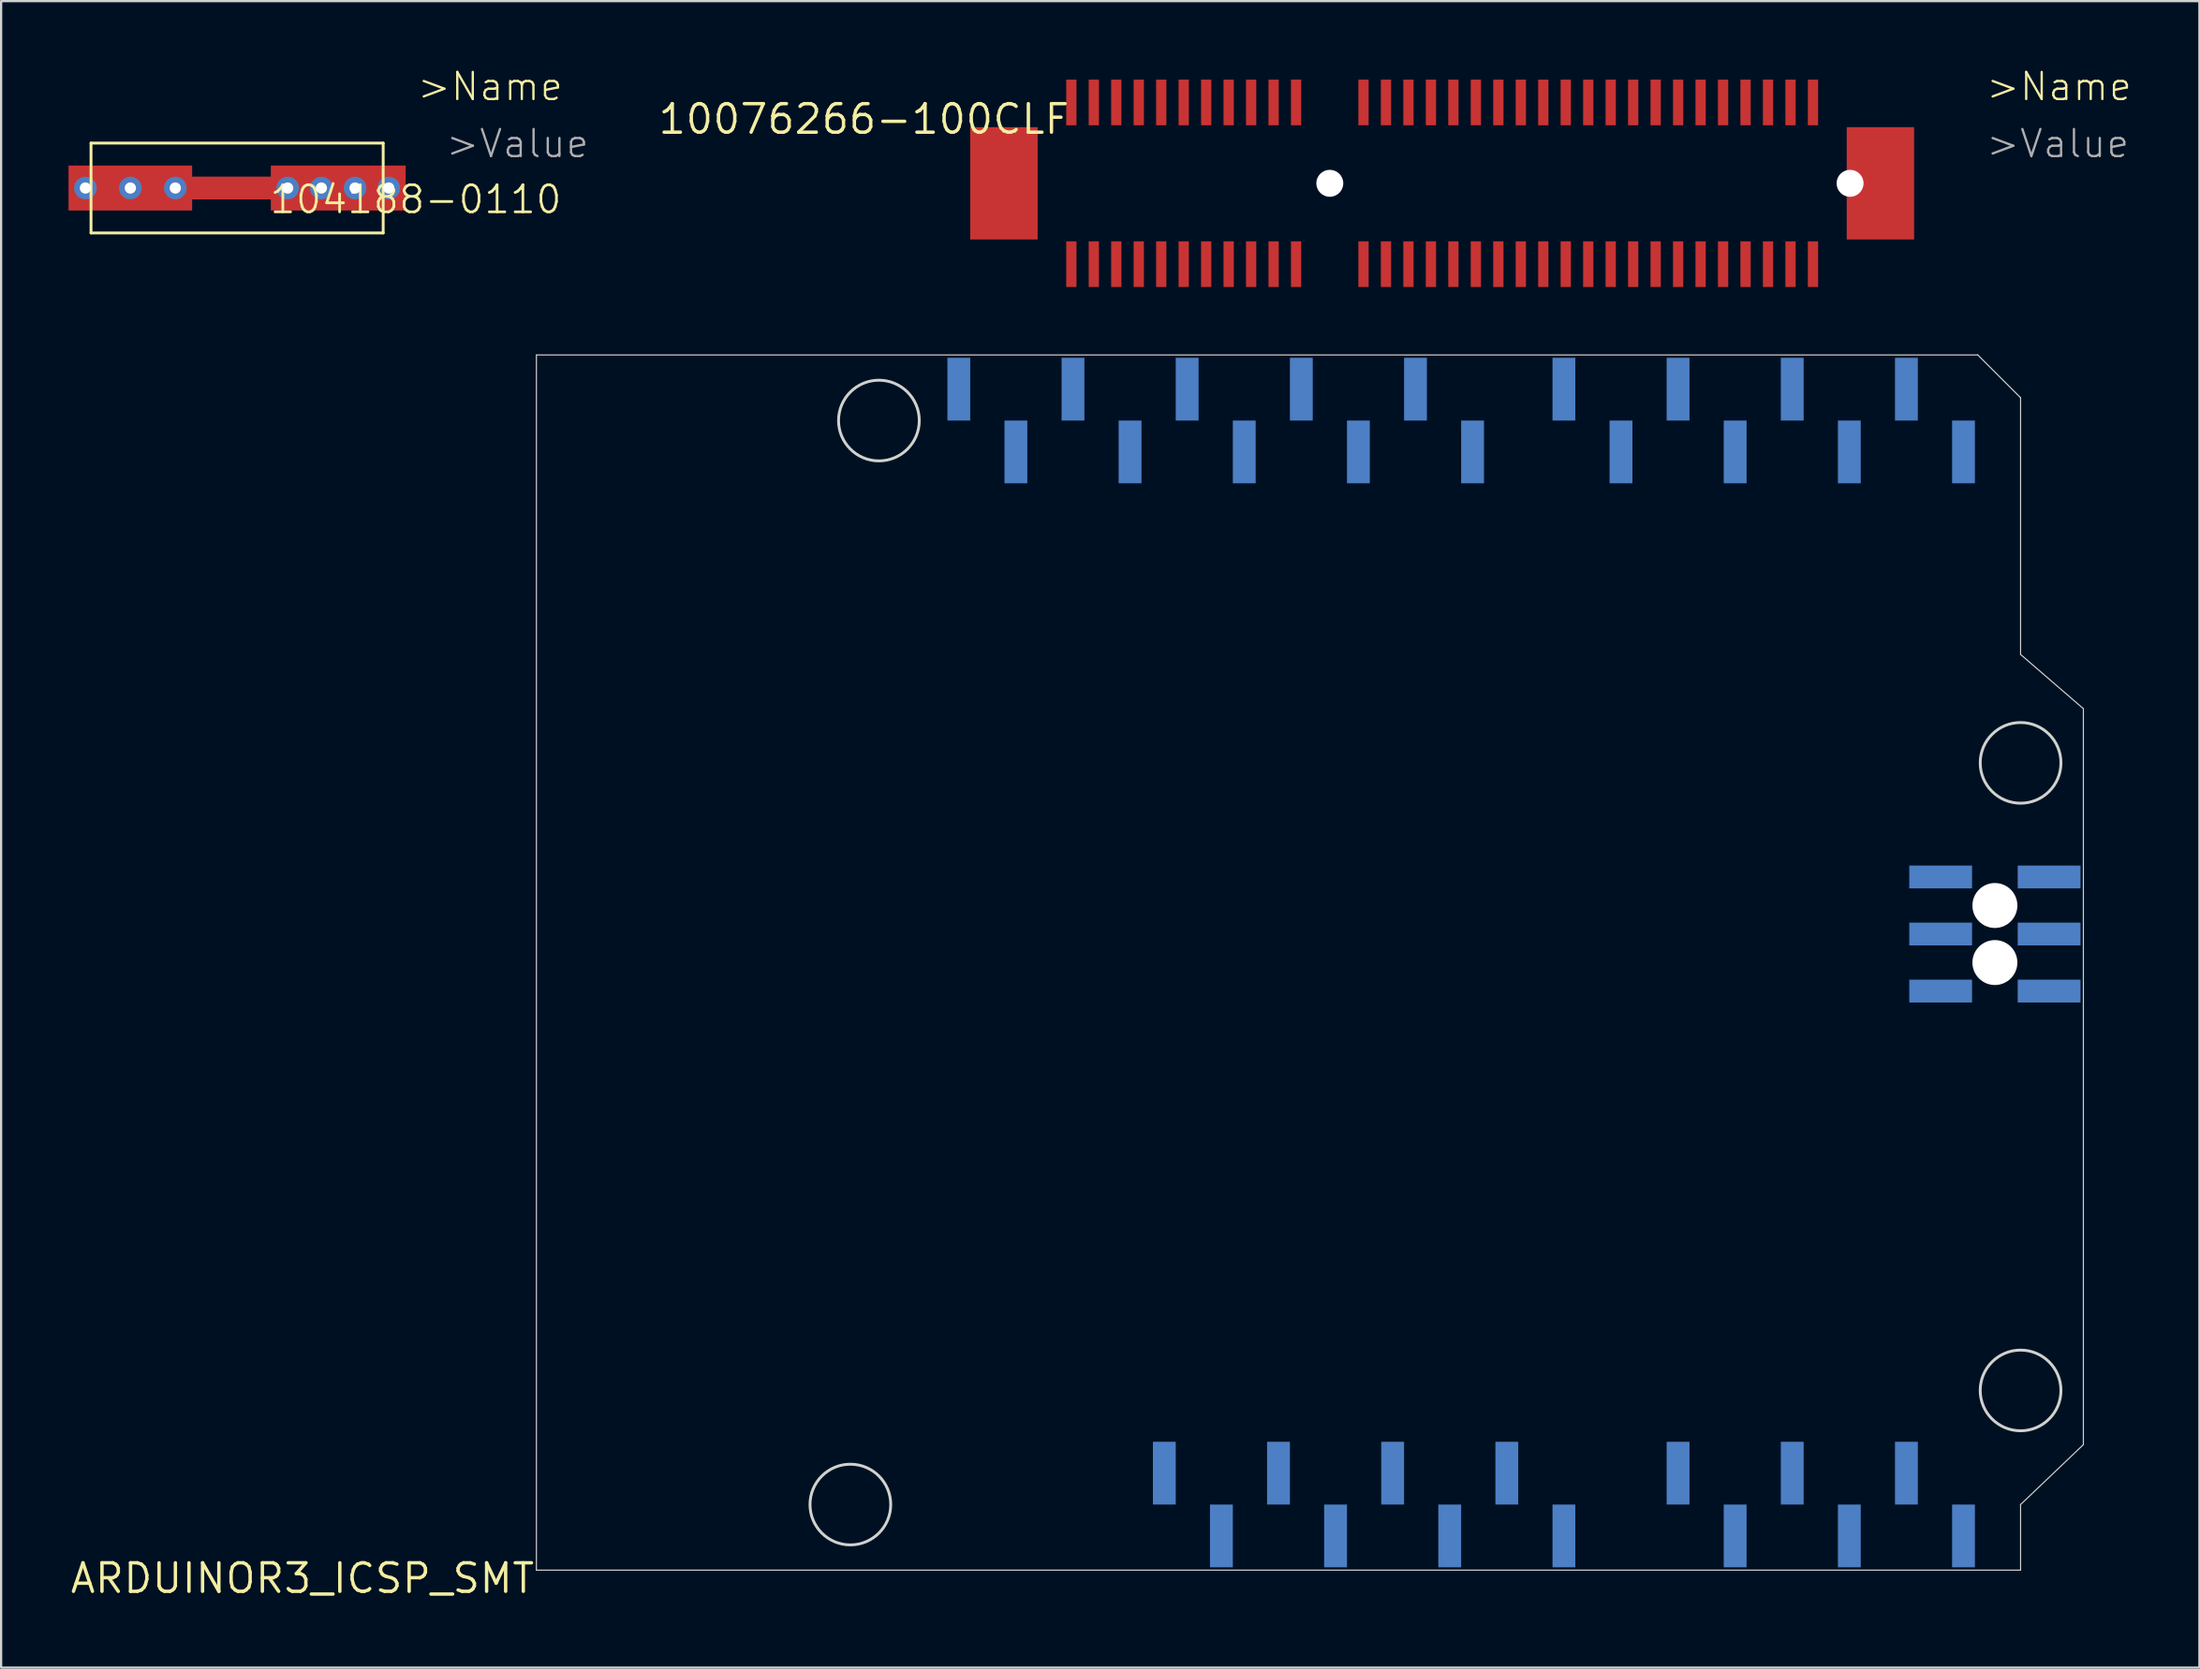
<source format=kicad_pcb>
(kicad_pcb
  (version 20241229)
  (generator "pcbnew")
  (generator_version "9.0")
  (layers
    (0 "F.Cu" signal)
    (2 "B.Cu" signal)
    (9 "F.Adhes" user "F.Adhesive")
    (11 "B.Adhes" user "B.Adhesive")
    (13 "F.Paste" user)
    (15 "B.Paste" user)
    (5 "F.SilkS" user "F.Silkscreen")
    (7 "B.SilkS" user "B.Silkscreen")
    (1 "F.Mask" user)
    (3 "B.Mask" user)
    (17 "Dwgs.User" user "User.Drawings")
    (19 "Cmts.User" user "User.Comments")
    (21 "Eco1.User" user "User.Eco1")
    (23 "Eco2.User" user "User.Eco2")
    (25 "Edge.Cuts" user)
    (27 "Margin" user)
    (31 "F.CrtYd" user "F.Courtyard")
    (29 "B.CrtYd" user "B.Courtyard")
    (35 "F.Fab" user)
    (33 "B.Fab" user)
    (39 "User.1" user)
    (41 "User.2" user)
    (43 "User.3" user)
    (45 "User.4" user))
  (footprint "10076266-100CLF"
    (layer "F.Cu")
    (at 44.621 1.511)
    (property "Reference" "10076266-100CLF" (at 0 0 0) (layer "F.SilkS") (effects (font (size 1.27 1.27) (thickness 0.15)) (justify right top)))
    (attr through_hole)
    (fp_text user ">Name" (at 40.64 0 0) (layer "F.SilkS") (effects (font (size 1.206 1.206) (thickness 0.102)) (justify left bottom)))
    (fp_text user ">Value" (at 40.64 2.54 0) (layer "F.Fab") (effects (font (size 1.206 1.206) (thickness 0.102)) (justify left bottom)))
    (pad "" np_thru_hole circle (at 11.5 3.6) (size 1.2 1.2) (drill 1.2) (layers "*.Cu" "*.Mask"))
    (pad "" np_thru_hole circle (at 34.65 3.6) (size 1.2 1.2) (drill 1.2) (layers "*.Cu" "*.Mask"))
    (pad "P$1" smd rect (at 0 0 90) (size 2.032 0.457) (layers "F.Cu" "F.Mask" "F.Paste"))
    (pad "P$2" smd rect (at 1 0 90) (size 2.032 0.457) (layers "F.Cu" "F.Mask" "F.Paste"))
    (pad "P$3" smd rect (at 2 0 90) (size 2.032 0.457) (layers "F.Cu" "F.Mask" "F.Paste"))
    (pad "P$4" smd rect (at 3 0 90) (size 2.032 0.457) (layers "F.Cu" "F.Mask" "F.Paste"))
    (pad "P$5" smd rect (at 4 0 90) (size 2.032 0.457) (layers "F.Cu" "F.Mask" "F.Paste"))
    (pad "P$6" smd rect (at 5 0 90) (size 2.032 0.457) (layers "F.Cu" "F.Mask" "F.Paste"))
    (pad "P$7" smd rect (at 6 0 90) (size 2.032 0.457) (layers "F.Cu" "F.Mask" "F.Paste"))
    (pad "P$8" smd rect (at 7 0 90) (size 2.032 0.457) (layers "F.Cu" "F.Mask" "F.Paste"))
    (pad "P$9" smd rect (at 8 0 90) (size 2.032 0.457) (layers "F.Cu" "F.Mask" "F.Paste"))
    (pad "P$10" smd rect (at 9 0 90) (size 2.032 0.457) (layers "F.Cu" "F.Mask" "F.Paste"))
    (pad "P$11" smd rect (at 10 0 90) (size 2.032 0.457) (layers "F.Cu" "F.Mask" "F.Paste"))
    (pad "P$12" smd rect (at 13 0 90) (size 2.032 0.457) (layers "F.Cu" "F.Mask" "F.Paste"))
    (pad "P$13" smd rect (at 14 0 90) (size 2.032 0.457) (layers "F.Cu" "F.Mask" "F.Paste"))
    (pad "P$14" smd rect (at 15 0 90) (size 2.032 0.457) (layers "F.Cu" "F.Mask" "F.Paste"))
    (pad "P$15" smd rect (at 16 0 90) (size 2.032 0.457) (layers "F.Cu" "F.Mask" "F.Paste"))
    (pad "P$16" smd rect (at 17 0 90) (size 2.032 0.457) (layers "F.Cu" "F.Mask" "F.Paste"))
    (pad "P$17" smd rect (at 18 0 90) (size 2.032 0.457) (layers "F.Cu" "F.Mask" "F.Paste"))
    (pad "P$18" smd rect (at 19 0 90) (size 2.032 0.457) (layers "F.Cu" "F.Mask" "F.Paste"))
    (pad "P$19" smd rect (at 20 0 90) (size 2.032 0.457) (layers "F.Cu" "F.Mask" "F.Paste"))
    (pad "P$20" smd rect (at 21 0 90) (size 2.032 0.457) (layers "F.Cu" "F.Mask" "F.Paste"))
    (pad "P$21" smd rect (at 22 0 90) (size 2.032 0.457) (layers "F.Cu" "F.Mask" "F.Paste"))
    (pad "P$22" smd rect (at 23 0 90) (size 2.032 0.457) (layers "F.Cu" "F.Mask" "F.Paste"))
    (pad "P$23" smd rect (at 24 0 90) (size 2.032 0.457) (layers "F.Cu" "F.Mask" "F.Paste"))
    (pad "P$24" smd rect (at 25 0 90) (size 2.032 0.457) (layers "F.Cu" "F.Mask" "F.Paste"))
    (pad "P$25" smd rect (at 26 0 90) (size 2.032 0.457) (layers "F.Cu" "F.Mask" "F.Paste"))
    (pad "P$26" smd rect (at 27 0 90) (size 2.032 0.457) (layers "F.Cu" "F.Mask" "F.Paste"))
    (pad "P$27" smd rect (at 28 0 90) (size 2.032 0.457) (layers "F.Cu" "F.Mask" "F.Paste"))
    (pad "P$28" smd rect (at 29 0 90) (size 2.032 0.457) (layers "F.Cu" "F.Mask" "F.Paste"))
    (pad "P$29" smd rect (at 30 0 90) (size 2.032 0.457) (layers "F.Cu" "F.Mask" "F.Paste"))
    (pad "P$30" smd rect (at 31 0 90) (size 2.032 0.457) (layers "F.Cu" "F.Mask" "F.Paste"))
    (pad "P$31" smd rect (at 32 0 90) (size 2.032 0.457) (layers "F.Cu" "F.Mask" "F.Paste"))
    (pad "P$32" smd rect (at 33 0 90) (size 2.032 0.457) (layers "F.Cu" "F.Mask" "F.Paste"))
    (pad "P$33" smd rect (at 0 7.2 90) (size 2.032 0.457) (layers "F.Cu" "F.Mask" "F.Paste"))
    (pad "P$34" smd rect (at 1 7.2 90) (size 2.032 0.457) (layers "F.Cu" "F.Mask" "F.Paste"))
    (pad "P$35" smd rect (at 2 7.2 90) (size 2.032 0.457) (layers "F.Cu" "F.Mask" "F.Paste"))
    (pad "P$36" smd rect (at 3 7.2 90) (size 2.032 0.457) (layers "F.Cu" "F.Mask" "F.Paste"))
    (pad "P$37" smd rect (at 4 7.2 90) (size 2.032 0.457) (layers "F.Cu" "F.Mask" "F.Paste"))
    (pad "P$38" smd rect (at 5 7.2 90) (size 2.032 0.457) (layers "F.Cu" "F.Mask" "F.Paste"))
    (pad "P$39" smd rect (at 6 7.2 90) (size 2.032 0.457) (layers "F.Cu" "F.Mask" "F.Paste"))
    (pad "P$40" smd rect (at 7 7.2 90) (size 2.032 0.457) (layers "F.Cu" "F.Mask" "F.Paste"))
    (pad "P$41" smd rect (at 8 7.2 90) (size 2.032 0.457) (layers "F.Cu" "F.Mask" "F.Paste"))
    (pad "P$42" smd rect (at 9 7.2 90) (size 2.032 0.457) (layers "F.Cu" "F.Mask" "F.Paste"))
    (pad "P$43" smd rect (at 10 7.2 90) (size 2.032 0.457) (layers "F.Cu" "F.Mask" "F.Paste"))
    (pad "P$44" smd rect (at 13 7.2 90) (size 2.032 0.457) (layers "F.Cu" "F.Mask" "F.Paste"))
    (pad "P$45" smd rect (at 14 7.2 90) (size 2.032 0.457) (layers "F.Cu" "F.Mask" "F.Paste"))
    (pad "P$46" smd rect (at 15 7.2 90) (size 2.032 0.457) (layers "F.Cu" "F.Mask" "F.Paste"))
    (pad "P$47" smd rect (at 16 7.2 90) (size 2.032 0.457) (layers "F.Cu" "F.Mask" "F.Paste"))
    (pad "P$48" smd rect (at 17 7.2 90) (size 2.032 0.457) (layers "F.Cu" "F.Mask" "F.Paste"))
    (pad "P$49" smd rect (at 18 7.2 90) (size 2.032 0.457) (layers "F.Cu" "F.Mask" "F.Paste"))
    (pad "P$50" smd rect (at 19 7.2 90) (size 2.032 0.457) (layers "F.Cu" "F.Mask" "F.Paste"))
    (pad "P$51" smd rect (at 20 7.2 90) (size 2.032 0.457) (layers "F.Cu" "F.Mask" "F.Paste"))
    (pad "P$52" smd rect (at 21 7.2 90) (size 2.032 0.457) (layers "F.Cu" "F.Mask" "F.Paste"))
    (pad "P$53" smd rect (at 22 7.2 90) (size 2.032 0.457) (layers "F.Cu" "F.Mask" "F.Paste"))
    (pad "P$54" smd rect (at 23 7.2 90) (size 2.032 0.457) (layers "F.Cu" "F.Mask" "F.Paste"))
    (pad "P$55" smd rect (at 24 7.2 90) (size 2.032 0.457) (layers "F.Cu" "F.Mask" "F.Paste"))
    (pad "P$56" smd rect (at 25 7.2 90) (size 2.032 0.457) (layers "F.Cu" "F.Mask" "F.Paste"))
    (pad "P$57" smd rect (at 26 7.2 90) (size 2.032 0.457) (layers "F.Cu" "F.Mask" "F.Paste"))
    (pad "P$58" smd rect (at 27 7.2 90) (size 2.032 0.457) (layers "F.Cu" "F.Mask" "F.Paste"))
    (pad "P$59" smd rect (at 28 7.2 90) (size 2.032 0.457) (layers "F.Cu" "F.Mask" "F.Paste"))
    (pad "P$60" smd rect (at 29 7.2 90) (size 2.032 0.457) (layers "F.Cu" "F.Mask" "F.Paste"))
    (pad "P$61" smd rect (at 30 7.2 90) (size 2.032 0.457) (layers "F.Cu" "F.Mask" "F.Paste"))
    (pad "P$62" smd rect (at 31 7.2 90) (size 2.032 0.457) (layers "F.Cu" "F.Mask" "F.Paste"))
    (pad "P$63" smd rect (at 32 7.2 90) (size 2.032 0.457) (layers "F.Cu" "F.Mask" "F.Paste"))
    (pad "P$64" smd rect (at 33 7.2 90) (size 2.032 0.457) (layers "F.Cu" "F.Mask" "F.Paste"))
    (pad "SOLDER-NAIL@1" smd rect (at -3 3.6) (size 3 5) (layers "F.Cu" "F.Mask" "F.Paste"))
    (pad "SOLDER-NAIL@2" smd rect (at 36 3.6) (size 3 5) (layers "F.Cu" "F.Mask" "F.Paste")))
  (footprint "104188-0110"
    (layer "F.Cu")
    (at 2.75 5.321)
    (property "Reference" "104188-0110" (at 12.7 0.508 180) (layer "F.SilkS") (effects (font (size 1.206 1.206) (thickness 0.121))))
    (attr through_hole)
    (fp_line (start 0 0) (end 9.5 0) (stroke (width 1.016) (type solid)) (layer "F.Cu"))
    (fp_line (start -1.75 -2) (end 11.25 -2) (stroke (width 0.127) (type solid)) (layer "F.SilkS"))
    (fp_line (start -1.75 2) (end -1.75 -2) (stroke (width 0.127) (type solid)) (layer "F.SilkS"))
    (fp_line (start 11.25 -2) (end 11.25 2) (stroke (width 0.127) (type solid)) (layer "F.SilkS"))
    (fp_line (start 11.25 2) (end -1.75 2) (stroke (width 0.127) (type solid)) (layer "F.SilkS"))
    (fp_text user ">Name" (at 12.7 -3.81 0) (layer "F.SilkS") (effects (font (size 1.206 1.206) (thickness 0.102)) (justify left bottom)))
    (fp_text user ">Value" (at 13.97 -1.27 0) (layer "F.Fab") (effects (font (size 1.206 1.206) (thickness 0.102)) (justify left bottom)))
    (pad "1@1" smd rect (at 0 0) (size 5.5 2) (layers "F.Cu" "F.Mask" "F.Paste"))
    (pad "1@2" smd rect (at 9.25 0) (size 6 2) (layers "F.Cu" "F.Mask" "F.Paste"))
    (pad "1@3" thru_hole circle (at -2 0) (size 1.008 1.008) (drill 0.5) (layers "*.Cu" "*.Mask"))
    (pad "1@4" thru_hole circle (at 0 0) (size 1.008 1.008) (drill 0.5) (layers "*.Cu" "*.Mask"))
    (pad "1@5" thru_hole circle (at 2 0) (size 1.008 1.008) (drill 0.5) (layers "*.Cu" "*.Mask"))
    (pad "1@6" thru_hole circle (at 7 0) (size 1.008 1.008) (drill 0.5) (layers "*.Cu" "*.Mask"))
    (pad "1@7" thru_hole circle (at 8.5 0) (size 1.008 1.008) (drill 0.5) (layers "*.Cu" "*.Mask"))
    (pad "1@9" thru_hole circle (at 10 0) (size 1.008 1.008) (drill 0.5) (layers "*.Cu" "*.Mask"))
    (pad "1@10" thru_hole circle (at 11.5 0) (size 1.008 1.008) (drill 0.5) (layers "*.Cu" "*.Mask")))
  (footprint "ARDUINOR3_ICSP_SMT"
    (layer "F.Cu")
    (at 20.818 66.473)
    (property "Reference" "ARDUINOR3_ICSP_SMT" (at 0 0 0) (layer "F.SilkS") (effects (font (size 1.27 1.27) (thickness 0.15)) (justify right top)))
    (attr through_hole)
    (fp_line (start 0 -53.721) (end 0 0.381) (stroke (width 0.05) (type solid)) (layer "Edge.Cuts"))
    (fp_line (start 0 0.381) (end 66.04 0.381) (stroke (width 0.05) (type solid)) (layer "Edge.Cuts"))
    (fp_line (start 64.135 -53.721) (end 0 -53.721) (stroke (width 0.05) (type solid)) (layer "Edge.Cuts"))
    (fp_line (start 66.04 -51.816) (end 64.135 -53.721) (stroke (width 0.05) (type solid)) (layer "Edge.Cuts"))
    (fp_line (start 66.04 -40.386) (end 66.04 -51.816) (stroke (width 0.05) (type solid)) (layer "Edge.Cuts"))
    (fp_line (start 66.04 -2.54) (end 68.834 -5.207) (stroke (width 0.05) (type solid)) (layer "Edge.Cuts"))
    (fp_line (start 66.04 0.381) (end 66.04 -2.54) (stroke (width 0.05) (type solid)) (layer "Edge.Cuts"))
    (fp_line (start 68.834 -37.973) (end 66.04 -40.386) (stroke (width 0.05) (type solid)) (layer "Edge.Cuts"))
    (fp_line (start 68.834 -5.207) (end 68.834 -37.973) (stroke (width 0.05) (type solid)) (layer "Edge.Cuts"))
    (fp_circle (center 13.97 -2.54) (end 15.766 -2.54) (stroke (width 0.127) (type solid)) (fill no) (layer "Edge.Cuts"))
    (fp_circle (center 15.24 -50.8) (end 17.036 -50.8) (stroke (width 0.127) (type solid)) (fill no) (layer "Edge.Cuts"))
    (fp_circle (center 66.04 -35.56) (end 67.836 -35.56) (stroke (width 0.127) (type solid)) (fill no) (layer "Edge.Cuts"))
    (fp_circle (center 66.04 -7.62) (end 67.836 -7.62) (stroke (width 0.127) (type solid)) (fill no) (layer "Edge.Cuts"))
    (pad "" np_thru_hole circle (at 64.897 -29.21) (size 2 2) (drill 2) (layers "*.Cu" "*.Mask"))
    (pad "" np_thru_hole circle (at 64.897 -26.67) (size 2 2) (drill 2) (layers "*.Cu" "*.Mask"))
    (pad "3V" smd rect (at 35.56 -1.143 90) (size 2.794 1.016) (layers "B.Cu" "B.Mask" "B.Paste"))
    (pad "5V" smd rect (at 38.1 -3.937 90) (size 2.794 1.016) (layers "B.Cu" "B.Mask" "B.Paste"))
    (pad "5V_ICSP" smd rect (at 67.31 -30.48 180) (size 2.794 1.016) (layers "B.Cu" "B.Mask" "B.Paste"))
    (pad "A0" smd rect (at 50.8 -3.937 90) (size 2.794 1.016) (layers "B.Cu" "B.Mask" "B.Paste"))
    (pad "A1" smd rect (at 53.34 -1.143 90) (size 2.794 1.016) (layers "B.Cu" "B.Mask" "B.Paste"))
    (pad "A2" smd rect (at 55.88 -3.937 90) (size 2.794 1.016) (layers "B.Cu" "B.Mask" "B.Paste"))
    (pad "A3" smd rect (at 58.42 -1.143 90) (size 2.794 1.016) (layers "B.Cu" "B.Mask" "B.Paste"))
    (pad "A4" smd rect (at 60.96 -3.937 90) (size 2.794 1.016) (layers "B.Cu" "B.Mask" "B.Paste"))
    (pad "A5" smd rect (at 63.5 -1.143 90) (size 2.794 1.016) (layers "B.Cu" "B.Mask" "B.Paste"))
    (pad "AREF" smd rect (at 23.876 -52.197 90) (size 2.794 1.016) (layers "B.Cu" "B.Mask" "B.Paste"))
    (pad "D0" smd rect (at 63.5 -49.403 270) (size 2.794 1.016) (layers "B.Cu" "B.Mask" "B.Paste"))
    (pad "D1" smd rect (at 60.96 -52.197 270) (size 2.794 1.016) (layers "B.Cu" "B.Mask" "B.Paste"))
    (pad "D2" smd rect (at 58.42 -49.403 270) (size 2.794 1.016) (layers "B.Cu" "B.Mask" "B.Paste"))
    (pad "D3" smd rect (at 55.88 -52.197 270) (size 2.794 1.016) (layers "B.Cu" "B.Mask" "B.Paste"))
    (pad "D4" smd rect (at 53.34 -49.403 270) (size 2.794 1.016) (layers "B.Cu" "B.Mask" "B.Paste"))
    (pad "D5" smd rect (at 50.8 -52.197 270) (size 2.794 1.016) (layers "B.Cu" "B.Mask" "B.Paste"))
    (pad "D6" smd rect (at 48.26 -49.403 270) (size 2.794 1.016) (layers "B.Cu" "B.Mask" "B.Paste"))
    (pad "D7" smd rect (at 45.72 -52.197 270) (size 2.794 1.016) (layers "B.Cu" "B.Mask" "B.Paste"))
    (pad "D8" smd rect (at 41.656 -49.403 90) (size 2.794 1.016) (layers "B.Cu" "B.Mask" "B.Paste"))
    (pad "D9" smd rect (at 39.116 -52.197 90) (size 2.794 1.016) (layers "B.Cu" "B.Mask" "B.Paste"))
    (pad "D10" smd rect (at 36.576 -49.403 90) (size 2.794 1.016) (layers "B.Cu" "B.Mask" "B.Paste"))
    (pad "D11" smd rect (at 34.036 -52.197 90) (size 2.794 1.016) (layers "B.Cu" "B.Mask" "B.Paste"))
    (pad "D12" smd rect (at 31.496 -49.403 90) (size 2.794 1.016) (layers "B.Cu" "B.Mask" "B.Paste"))
    (pad "D13" smd rect (at 28.956 -52.197 90) (size 2.794 1.016) (layers "B.Cu" "B.Mask" "B.Paste"))
    (pad "GND" smd rect (at 26.416 -49.403 90) (size 2.794 1.016) (layers "B.Cu" "B.Mask" "B.Paste"))
    (pad "GND@1" smd rect (at 43.18 -3.937 90) (size 2.794 1.016) (layers "B.Cu" "B.Mask" "B.Paste"))
    (pad "GND@2" smd rect (at 40.64 -1.143 90) (size 2.794 1.016) (layers "B.Cu" "B.Mask" "B.Paste"))
    (pad "GND@3" smd rect (at 67.31 -25.4 180) (size 2.794 1.016) (layers "B.Cu" "B.Mask" "B.Paste"))
    (pad "IOREF" smd rect (at 30.48 -1.143 90) (size 2.794 1.016) (layers "B.Cu" "B.Mask" "B.Paste"))
    (pad "MISO" smd rect (at 62.484 -30.48 180) (size 2.794 1.016) (layers "B.Cu" "B.Mask" "B.Paste"))
    (pad "MOSI" smd rect (at 67.31 -27.94 180) (size 2.794 1.016) (layers "B.Cu" "B.Mask" "B.Paste"))
    (pad "RESERVED" smd rect (at 27.94 -3.937 90) (size 2.794 1.016) (layers "B.Cu" "B.Mask" "B.Paste"))
    (pad "RESET" smd rect (at 33.02 -3.937 90) (size 2.794 1.016) (layers "B.Cu" "B.Mask" "B.Paste"))
    (pad "RESET_ICSP" smd rect (at 62.484 -25.4 180) (size 2.794 1.016) (layers "B.Cu" "B.Mask" "B.Paste"))
    (pad "SCK" smd rect (at 62.484 -27.94 180) (size 2.794 1.016) (layers "B.Cu" "B.Mask" "B.Paste"))
    (pad "SCL" smd rect (at 18.796 -52.197 90) (size 2.794 1.016) (layers "B.Cu" "B.Mask" "B.Paste"))
    (pad "SDA" smd rect (at 21.336 -49.403 90) (size 2.794 1.016) (layers "B.Cu" "B.Mask" "B.Paste"))
    (pad "VIN" smd rect (at 45.72 -1.143 90) (size 2.794 1.016) (layers "B.Cu" "B.Mask" "B.Paste")))
  (gr_rect
    (start -3 -3)
    (end 94.816 71.193)
    (stroke (width 0.1) (type default))
    (fill no)
    (layer "Edge.Cuts")))
</source>
